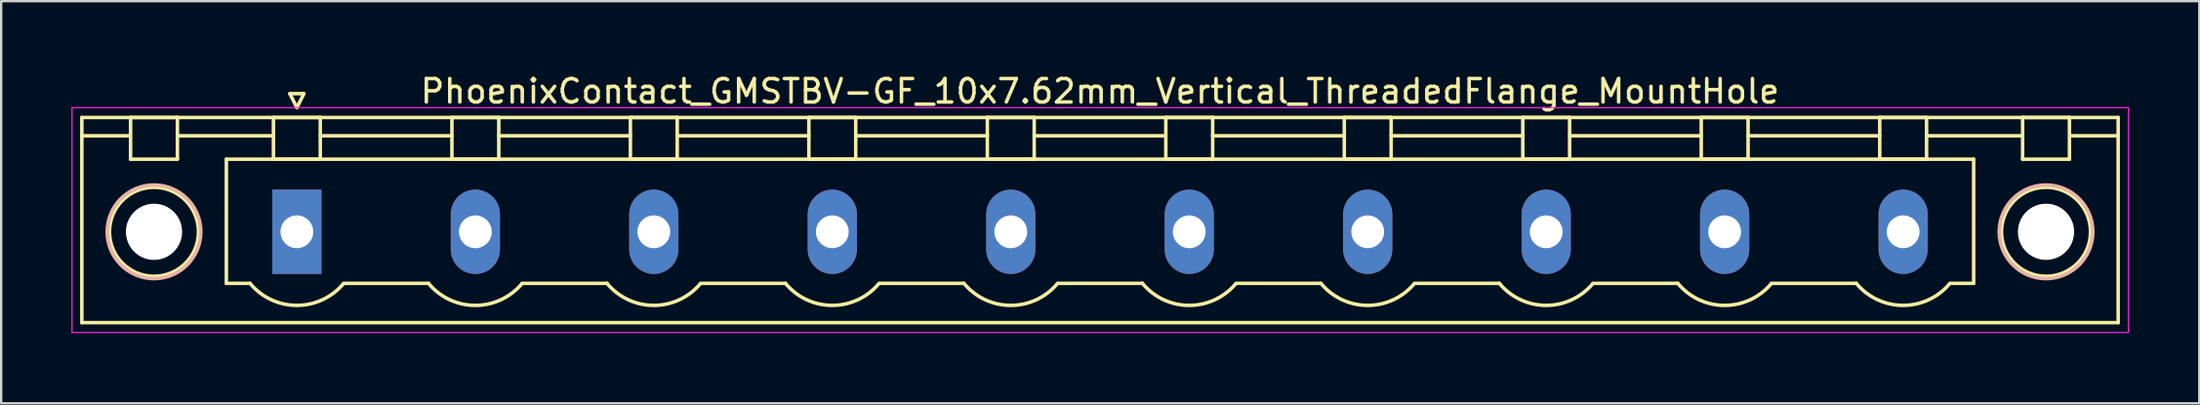
<source format=kicad_pcb>
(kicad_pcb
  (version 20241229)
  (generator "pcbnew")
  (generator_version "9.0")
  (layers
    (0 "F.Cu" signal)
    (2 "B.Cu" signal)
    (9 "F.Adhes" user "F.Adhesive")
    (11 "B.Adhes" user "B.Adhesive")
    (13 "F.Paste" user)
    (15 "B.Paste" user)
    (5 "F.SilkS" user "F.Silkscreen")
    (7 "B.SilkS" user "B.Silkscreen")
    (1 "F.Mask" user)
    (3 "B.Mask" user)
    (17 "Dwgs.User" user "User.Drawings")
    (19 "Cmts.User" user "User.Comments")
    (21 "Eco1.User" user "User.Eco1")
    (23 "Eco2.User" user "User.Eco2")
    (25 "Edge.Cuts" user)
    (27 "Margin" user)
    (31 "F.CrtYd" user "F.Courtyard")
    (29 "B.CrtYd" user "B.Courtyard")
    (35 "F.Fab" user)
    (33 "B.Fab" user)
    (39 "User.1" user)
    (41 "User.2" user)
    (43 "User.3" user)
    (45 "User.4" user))
  (footprint "PhoenixContact_GMSTBV-GF_10x7.62mm_Vertical_ThreadedFlange_MountHole"
    (layer "F.Cu")
    (at 9.625 6.848)
    (property "Reference" "PhoenixContact_GMSTBV-GF_10x7.62mm_Vertical_ThreadedFlange_MountHole" (at 34.29 -6 0) (layer "F.SilkS") (effects (font (size 1 1) (thickness 0.15))))
    (attr through_hole)
    (fp_line (start -9.18 -4.88) (end -9.18 3.88) (stroke (width 0.15) (type solid)) (layer "F.SilkS"))
    (fp_line (start -9.18 -4.1) (end -7.18 -4.1) (stroke (width 0.15) (type solid)) (layer "F.SilkS"))
    (fp_line (start -9.18 3.88) (end 77.76 3.88) (stroke (width 0.15) (type solid)) (layer "F.SilkS"))
    (fp_line (start -7.1 -4.88) (end -5.1 -4.88) (stroke (width 0.15) (type solid)) (layer "F.SilkS"))
    (fp_line (start -7.1 -3.1) (end -7.1 -4.88) (stroke (width 0.15) (type solid)) (layer "F.SilkS"))
    (fp_line (start -5.1 -4.88) (end -5.1 -3.1) (stroke (width 0.15) (type solid)) (layer "F.SilkS"))
    (fp_line (start -5.1 -4.1) (end -1 -4.1) (stroke (width 0.15) (type solid)) (layer "F.SilkS"))
    (fp_line (start -5.1 -3.1) (end -7.1 -3.1) (stroke (width 0.15) (type solid)) (layer "F.SilkS"))
    (fp_line (start -3.01 -3.1) (end 71.59 -3.1) (stroke (width 0.15) (type solid)) (layer "F.SilkS"))
    (fp_line (start -3.01 2.2) (end -3.01 -3.1) (stroke (width 0.15) (type solid)) (layer "F.SilkS"))
    (fp_line (start -2 2.2) (end -3.01 2.2) (stroke (width 0.15) (type solid)) (layer "F.SilkS"))
    (fp_line (start -1 -4.88) (end 1 -4.88) (stroke (width 0.15) (type solid)) (layer "F.SilkS"))
    (fp_line (start -1 -3.1) (end -1 -4.88) (stroke (width 0.15) (type solid)) (layer "F.SilkS"))
    (fp_line (start -0.3 -5.9) (end 0 -5.3) (stroke (width 0.15) (type solid)) (layer "F.SilkS"))
    (fp_line (start 0 -5.3) (end 0.3 -5.9) (stroke (width 0.15) (type solid)) (layer "F.SilkS"))
    (fp_line (start 0.3 -5.9) (end -0.3 -5.9) (stroke (width 0.15) (type solid)) (layer "F.SilkS"))
    (fp_line (start 1 -4.88) (end 1 -3.1) (stroke (width 0.15) (type solid)) (layer "F.SilkS"))
    (fp_line (start 1 -4.1) (end 6.62 -4.1) (stroke (width 0.15) (type solid)) (layer "F.SilkS"))
    (fp_line (start 1 -3.1) (end -1 -3.1) (stroke (width 0.15) (type solid)) (layer "F.SilkS"))
    (fp_line (start 2 2.2) (end 5.62 2.2) (stroke (width 0.15) (type solid)) (layer "F.SilkS"))
    (fp_line (start 6.62 -4.88) (end 8.62 -4.88) (stroke (width 0.15) (type solid)) (layer "F.SilkS"))
    (fp_line (start 6.62 -3.1) (end 6.62 -4.88) (stroke (width 0.15) (type solid)) (layer "F.SilkS"))
    (fp_line (start 8.62 -4.88) (end 8.62 -3.1) (stroke (width 0.15) (type solid)) (layer "F.SilkS"))
    (fp_line (start 8.62 -4.1) (end 14.24 -4.1) (stroke (width 0.15) (type solid)) (layer "F.SilkS"))
    (fp_line (start 8.62 -3.1) (end 6.62 -3.1) (stroke (width 0.15) (type solid)) (layer "F.SilkS"))
    (fp_line (start 9.62 2.2) (end 13.24 2.2) (stroke (width 0.15) (type solid)) (layer "F.SilkS"))
    (fp_line (start 14.24 -4.88) (end 16.24 -4.88) (stroke (width 0.15) (type solid)) (layer "F.SilkS"))
    (fp_line (start 14.24 -3.1) (end 14.24 -4.88) (stroke (width 0.15) (type solid)) (layer "F.SilkS"))
    (fp_line (start 16.24 -4.88) (end 16.24 -3.1) (stroke (width 0.15) (type solid)) (layer "F.SilkS"))
    (fp_line (start 16.24 -4.1) (end 21.86 -4.1) (stroke (width 0.15) (type solid)) (layer "F.SilkS"))
    (fp_line (start 16.24 -3.1) (end 14.24 -3.1) (stroke (width 0.15) (type solid)) (layer "F.SilkS"))
    (fp_line (start 17.24 2.2) (end 20.86 2.2) (stroke (width 0.15) (type solid)) (layer "F.SilkS"))
    (fp_line (start 21.86 -4.88) (end 23.86 -4.88) (stroke (width 0.15) (type solid)) (layer "F.SilkS"))
    (fp_line (start 21.86 -3.1) (end 21.86 -4.88) (stroke (width 0.15) (type solid)) (layer "F.SilkS"))
    (fp_line (start 23.86 -4.88) (end 23.86 -3.1) (stroke (width 0.15) (type solid)) (layer "F.SilkS"))
    (fp_line (start 23.86 -4.1) (end 29.48 -4.1) (stroke (width 0.15) (type solid)) (layer "F.SilkS"))
    (fp_line (start 23.86 -3.1) (end 21.86 -3.1) (stroke (width 0.15) (type solid)) (layer "F.SilkS"))
    (fp_line (start 24.86 2.2) (end 28.48 2.2) (stroke (width 0.15) (type solid)) (layer "F.SilkS"))
    (fp_line (start 29.48 -4.88) (end 31.48 -4.88) (stroke (width 0.15) (type solid)) (layer "F.SilkS"))
    (fp_line (start 29.48 -3.1) (end 29.48 -4.88) (stroke (width 0.15) (type solid)) (layer "F.SilkS"))
    (fp_line (start 31.48 -4.88) (end 31.48 -3.1) (stroke (width 0.15) (type solid)) (layer "F.SilkS"))
    (fp_line (start 31.48 -4.1) (end 37.1 -4.1) (stroke (width 0.15) (type solid)) (layer "F.SilkS"))
    (fp_line (start 31.48 -3.1) (end 29.48 -3.1) (stroke (width 0.15) (type solid)) (layer "F.SilkS"))
    (fp_line (start 32.48 2.2) (end 36.1 2.2) (stroke (width 0.15) (type solid)) (layer "F.SilkS"))
    (fp_line (start 37.1 -4.88) (end 39.1 -4.88) (stroke (width 0.15) (type solid)) (layer "F.SilkS"))
    (fp_line (start 37.1 -3.1) (end 37.1 -4.88) (stroke (width 0.15) (type solid)) (layer "F.SilkS"))
    (fp_line (start 39.1 -4.88) (end 39.1 -3.1) (stroke (width 0.15) (type solid)) (layer "F.SilkS"))
    (fp_line (start 39.1 -4.1) (end 44.72 -4.1) (stroke (width 0.15) (type solid)) (layer "F.SilkS"))
    (fp_line (start 39.1 -3.1) (end 37.1 -3.1) (stroke (width 0.15) (type solid)) (layer "F.SilkS"))
    (fp_line (start 40.1 2.2) (end 43.72 2.2) (stroke (width 0.15) (type solid)) (layer "F.SilkS"))
    (fp_line (start 44.72 -4.88) (end 46.72 -4.88) (stroke (width 0.15) (type solid)) (layer "F.SilkS"))
    (fp_line (start 44.72 -3.1) (end 44.72 -4.88) (stroke (width 0.15) (type solid)) (layer "F.SilkS"))
    (fp_line (start 46.72 -4.88) (end 46.72 -3.1) (stroke (width 0.15) (type solid)) (layer "F.SilkS"))
    (fp_line (start 46.72 -4.1) (end 52.34 -4.1) (stroke (width 0.15) (type solid)) (layer "F.SilkS"))
    (fp_line (start 46.72 -3.1) (end 44.72 -3.1) (stroke (width 0.15) (type solid)) (layer "F.SilkS"))
    (fp_line (start 47.72 2.2) (end 51.34 2.2) (stroke (width 0.15) (type solid)) (layer "F.SilkS"))
    (fp_line (start 52.34 -4.88) (end 54.34 -4.88) (stroke (width 0.15) (type solid)) (layer "F.SilkS"))
    (fp_line (start 52.34 -3.1) (end 52.34 -4.88) (stroke (width 0.15) (type solid)) (layer "F.SilkS"))
    (fp_line (start 54.34 -4.88) (end 54.34 -3.1) (stroke (width 0.15) (type solid)) (layer "F.SilkS"))
    (fp_line (start 54.34 -4.1) (end 59.96 -4.1) (stroke (width 0.15) (type solid)) (layer "F.SilkS"))
    (fp_line (start 54.34 -3.1) (end 52.34 -3.1) (stroke (width 0.15) (type solid)) (layer "F.SilkS"))
    (fp_line (start 55.34 2.2) (end 58.96 2.2) (stroke (width 0.15) (type solid)) (layer "F.SilkS"))
    (fp_line (start 59.96 -4.88) (end 61.96 -4.88) (stroke (width 0.15) (type solid)) (layer "F.SilkS"))
    (fp_line (start 59.96 -3.1) (end 59.96 -4.88) (stroke (width 0.15) (type solid)) (layer "F.SilkS"))
    (fp_line (start 61.96 -4.88) (end 61.96 -3.1) (stroke (width 0.15) (type solid)) (layer "F.SilkS"))
    (fp_line (start 61.96 -4.1) (end 67.58 -4.1) (stroke (width 0.15) (type solid)) (layer "F.SilkS"))
    (fp_line (start 61.96 -3.1) (end 59.96 -3.1) (stroke (width 0.15) (type solid)) (layer "F.SilkS"))
    (fp_line (start 62.96 2.2) (end 66.58 2.2) (stroke (width 0.15) (type solid)) (layer "F.SilkS"))
    (fp_line (start 67.58 -4.88) (end 69.58 -4.88) (stroke (width 0.15) (type solid)) (layer "F.SilkS"))
    (fp_line (start 67.58 -3.1) (end 67.58 -4.88) (stroke (width 0.15) (type solid)) (layer "F.SilkS"))
    (fp_line (start 69.58 -4.88) (end 69.58 -3.1) (stroke (width 0.15) (type solid)) (layer "F.SilkS"))
    (fp_line (start 69.58 -4.1) (end 73.68 -4.1) (stroke (width 0.15) (type solid)) (layer "F.SilkS"))
    (fp_line (start 69.58 -3.1) (end 67.58 -3.1) (stroke (width 0.15) (type solid)) (layer "F.SilkS"))
    (fp_line (start 71.59 -3.1) (end 71.59 2.2) (stroke (width 0.15) (type solid)) (layer "F.SilkS"))
    (fp_line (start 71.59 2.2) (end 70.58 2.2) (stroke (width 0.15) (type solid)) (layer "F.SilkS"))
    (fp_line (start 73.68 -4.88) (end 75.68 -4.88) (stroke (width 0.15) (type solid)) (layer "F.SilkS"))
    (fp_line (start 73.68 -3.1) (end 73.68 -4.88) (stroke (width 0.15) (type solid)) (layer "F.SilkS"))
    (fp_line (start 75.68 -4.88) (end 75.68 -3.1) (stroke (width 0.15) (type solid)) (layer "F.SilkS"))
    (fp_line (start 75.68 -3.1) (end 73.68 -3.1) (stroke (width 0.15) (type solid)) (layer "F.SilkS"))
    (fp_line (start 77.76 -4.88) (end -9.18 -4.88) (stroke (width 0.15) (type solid)) (layer "F.SilkS"))
    (fp_line (start 77.76 -4.1) (end 75.76 -4.1) (stroke (width 0.15) (type solid)) (layer "F.SilkS"))
    (fp_line (start 77.76 3.88) (end 77.76 -4.88) (stroke (width 0.15) (type solid)) (layer "F.SilkS"))
    (fp_arc (start 1.986842 2.215821) (mid -0.010289 3.142758) (end -2 2.2) (stroke (width 0.15) (type solid)) (layer "F.SilkS"))
    (fp_arc (start 9.606842 2.215821) (mid 7.609711 3.142758) (end 5.62 2.2) (stroke (width 0.15) (type solid)) (layer "F.SilkS"))
    (fp_arc (start 17.226842 2.215821) (mid 15.229711 3.142758) (end 13.24 2.2) (stroke (width 0.15) (type solid)) (layer "F.SilkS"))
    (fp_arc (start 24.846842 2.215821) (mid 22.849711 3.142758) (end 20.86 2.2) (stroke (width 0.15) (type solid)) (layer "F.SilkS"))
    (fp_arc (start 32.466842 2.215821) (mid 30.469711 3.142758) (end 28.48 2.2) (stroke (width 0.15) (type solid)) (layer "F.SilkS"))
    (fp_arc (start 40.086842 2.215821) (mid 38.089711 3.142758) (end 36.1 2.2) (stroke (width 0.15) (type solid)) (layer "F.SilkS"))
    (fp_arc (start 47.706842 2.215821) (mid 45.709711 3.142758) (end 43.72 2.2) (stroke (width 0.15) (type solid)) (layer "F.SilkS"))
    (fp_arc (start 55.326842 2.215821) (mid 53.329711 3.142758) (end 51.34 2.2) (stroke (width 0.15) (type solid)) (layer "F.SilkS"))
    (fp_arc (start 62.946842 2.215821) (mid 60.949711 3.142758) (end 58.96 2.2) (stroke (width 0.15) (type solid)) (layer "F.SilkS"))
    (fp_arc (start 70.566842 2.215821) (mid 68.569711 3.142758) (end 66.58 2.2) (stroke (width 0.15) (type solid)) (layer "F.SilkS"))
    (fp_circle (center -6.1 0) (end -5.1 0) (stroke (width 0.15) (type solid)) (fill no) (layer "F.SilkS"))
    (fp_circle (center -6.1 0) (end -4.2 0) (stroke (width 0.15) (type solid)) (fill no) (layer "F.SilkS"))
    (fp_circle (center 74.68 0) (end 75.68 0) (stroke (width 0.15) (type solid)) (fill no) (layer "F.SilkS"))
    (fp_circle (center 74.68 0) (end 76.58 0) (stroke (width 0.15) (type solid)) (fill no) (layer "F.SilkS"))
    (fp_circle (center -6.1 0) (end -4.1 0) (stroke (width 0.15) (type solid)) (fill no) (layer "B.SilkS"))
    (fp_circle (center 74.68 0) (end 76.68 0) (stroke (width 0.15) (type solid)) (fill no) (layer "B.SilkS"))
    (fp_line (start -9.6 -5.3) (end -9.6 4.3) (stroke (width 0.05) (type solid)) (layer "F.CrtYd"))
    (fp_line (start -9.6 4.3) (end 78.2 4.3) (stroke (width 0.05) (type solid)) (layer "F.CrtYd"))
    (fp_line (start 78.2 -5.3) (end -9.6 -5.3) (stroke (width 0.05) (type solid)) (layer "F.CrtYd"))
    (fp_line (start 78.2 4.3) (end 78.2 -5.3) (stroke (width 0.05) (type solid)) (layer "F.CrtYd"))
    (pad "" np_thru_hole circle (at -6.1 0) (size 2.4 2.4) (drill 2.4) (layers "*.Cu" "*.Mask"))
    (pad "" np_thru_hole circle (at 74.68 0) (size 2.4 2.4) (drill 2.4) (layers "*.Cu" "*.Mask"))
    (pad "1" thru_hole rect (at 0 0) (size 2.1 3.6) (drill 1.4) (layers "*.Cu" "*.Mask"))
    (pad "2" thru_hole oval (at 7.62 0) (size 2.1 3.6) (drill 1.4) (layers "*.Cu" "*.Mask"))
    (pad "3" thru_hole oval (at 15.24 0) (size 2.1 3.6) (drill 1.4) (layers "*.Cu" "*.Mask"))
    (pad "4" thru_hole oval (at 22.86 0) (size 2.1 3.6) (drill 1.4) (layers "*.Cu" "*.Mask"))
    (pad "5" thru_hole oval (at 30.48 0) (size 2.1 3.6) (drill 1.4) (layers "*.Cu" "*.Mask"))
    (pad "6" thru_hole oval (at 38.1 0) (size 2.1 3.6) (drill 1.4) (layers "*.Cu" "*.Mask"))
    (pad "7" thru_hole oval (at 45.72 0) (size 2.1 3.6) (drill 1.4) (layers "*.Cu" "*.Mask"))
    (pad "8" thru_hole oval (at 53.34 0) (size 2.1 3.6) (drill 1.4) (layers "*.Cu" "*.Mask"))
    (pad "9" thru_hole oval (at 60.96 0) (size 2.1 3.6) (drill 1.4) (layers "*.Cu" "*.Mask"))
    (pad "10" thru_hole oval (at 68.58 0) (size 2.1 3.6) (drill 1.4) (layers "*.Cu" "*.Mask")))
  (gr_rect
    (start -3 -3)
    (end 90.85 14.173)
    (stroke (width 0.1) (type default))
    (fill no)
    (layer "Edge.Cuts")))
</source>
